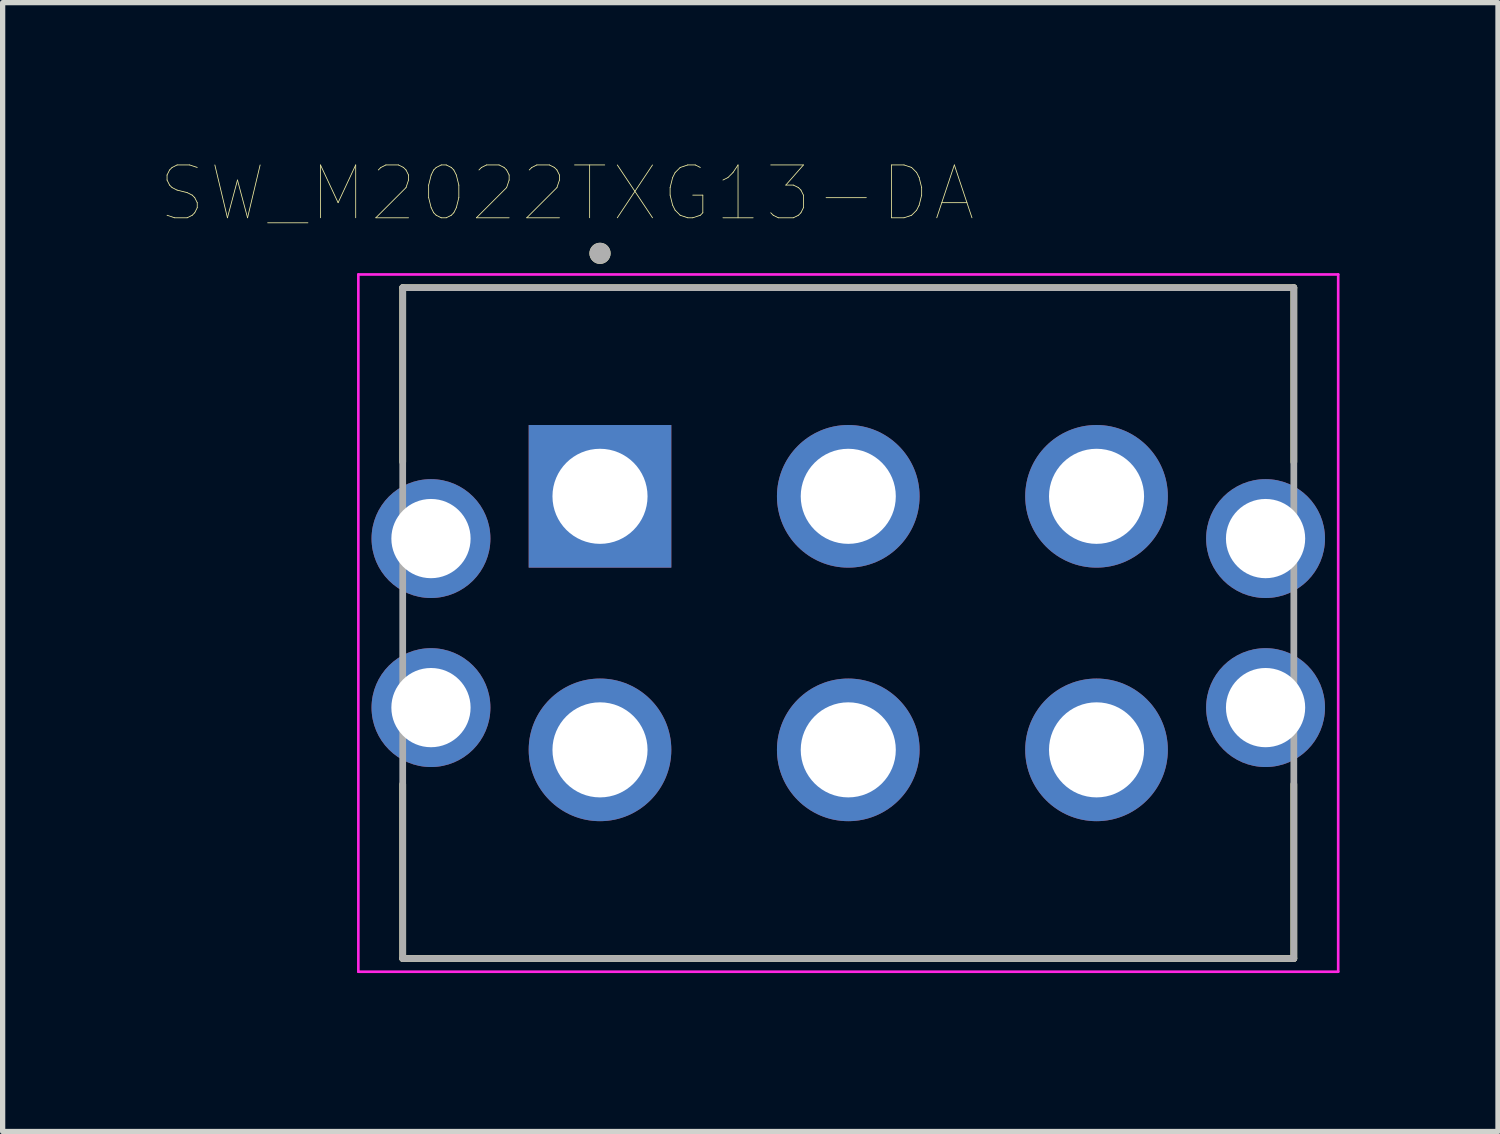
<source format=kicad_pcb>
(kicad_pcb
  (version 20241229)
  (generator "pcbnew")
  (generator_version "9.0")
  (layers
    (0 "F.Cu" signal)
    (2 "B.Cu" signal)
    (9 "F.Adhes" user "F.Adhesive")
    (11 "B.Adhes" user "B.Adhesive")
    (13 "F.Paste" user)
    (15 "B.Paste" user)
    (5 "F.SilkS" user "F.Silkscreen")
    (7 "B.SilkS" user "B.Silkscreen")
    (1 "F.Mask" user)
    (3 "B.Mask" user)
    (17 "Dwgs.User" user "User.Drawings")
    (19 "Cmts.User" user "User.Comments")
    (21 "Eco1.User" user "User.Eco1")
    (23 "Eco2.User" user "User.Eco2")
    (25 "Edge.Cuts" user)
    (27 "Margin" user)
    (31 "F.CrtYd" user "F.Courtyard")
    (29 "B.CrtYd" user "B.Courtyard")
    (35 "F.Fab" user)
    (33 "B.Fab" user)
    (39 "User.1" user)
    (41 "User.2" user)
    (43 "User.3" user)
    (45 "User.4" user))
  (footprint "SW_M2022TXG13-DA"
    (layer "F.Cu")
    (at 13.009 8.746)
    (property "Reference" "SW_M2022TXG13-DA" (at -5.325 -8.135 0) (layer "F.SilkS") (effects (font (size 1 1) (thickness 0.015))))
    (attr through_hole)
    (fp_line (start -8.435 -6.35) (end 8.435 -6.35) (stroke (width 0.127) (type solid)) (layer "F.SilkS"))
    (fp_line (start -8.435 -3.05) (end -8.435 -6.35) (stroke (width 0.127) (type solid)) (layer "F.SilkS"))
    (fp_line (start -8.435 6.35) (end -8.435 3.05) (stroke (width 0.127) (type solid)) (layer "F.SilkS"))
    (fp_line (start 8.435 -6.35) (end 8.435 -3.05) (stroke (width 0.127) (type solid)) (layer "F.SilkS"))
    (fp_line (start 8.435 3.05) (end 8.435 6.35) (stroke (width 0.127) (type solid)) (layer "F.SilkS"))
    (fp_line (start 8.435 6.35) (end -8.435 6.35) (stroke (width 0.127) (type solid)) (layer "F.SilkS"))
    (fp_circle (center -4.7 -7) (end -4.6 -7) (stroke (width 0.2) (type solid)) (fill no) (layer "F.SilkS"))
    (fp_line (start -9.275 -6.6) (end 9.275 -6.6) (stroke (width 0.05) (type solid)) (layer "F.CrtYd"))
    (fp_line (start -9.275 6.6) (end -9.275 -6.6) (stroke (width 0.05) (type solid)) (layer "F.CrtYd"))
    (fp_line (start 9.275 -6.6) (end 9.275 6.6) (stroke (width 0.05) (type solid)) (layer "F.CrtYd"))
    (fp_line (start 9.275 6.6) (end -9.275 6.6) (stroke (width 0.05) (type solid)) (layer "F.CrtYd"))
    (fp_line (start -8.435 -6.35) (end 8.435 -6.35) (stroke (width 0.127) (type solid)) (layer "F.Fab"))
    (fp_line (start -8.435 6.35) (end -8.435 -6.35) (stroke (width 0.127) (type solid)) (layer "F.Fab"))
    (fp_line (start 8.435 -6.35) (end 8.435 6.35) (stroke (width 0.127) (type solid)) (layer "F.Fab"))
    (fp_line (start 8.435 6.35) (end -8.435 6.35) (stroke (width 0.127) (type solid)) (layer "F.Fab"))
    (fp_circle (center -4.7 -7) (end -4.6 -7) (stroke (width 0.2) (type solid)) (fill no) (layer "F.Fab"))
    (pad "1" thru_hole rect (at -4.7 -2.4) (size 2.7 2.7) (drill 1.8) (layers "*.Cu" "*.Mask"))
    (pad "2" thru_hole circle (at 0 -2.4) (size 2.7 2.7) (drill 1.8) (layers "*.Cu" "*.Mask"))
    (pad "3" thru_hole circle (at 4.7 -2.4) (size 2.7 2.7) (drill 1.8) (layers "*.Cu" "*.Mask"))
    (pad "4" thru_hole circle (at -4.7 2.4) (size 2.7 2.7) (drill 1.8) (layers "*.Cu" "*.Mask"))
    (pad "5" thru_hole circle (at 0 2.4) (size 2.7 2.7) (drill 1.8) (layers "*.Cu" "*.Mask"))
    (pad "6" thru_hole circle (at 4.7 2.4) (size 2.7 2.7) (drill 1.8) (layers "*.Cu" "*.Mask"))
    (pad "S1" thru_hole circle (at -7.9 -1.6) (size 2.25 2.25) (drill 1.5) (layers "*.Cu" "*.Mask"))
    (pad "S2" thru_hole circle (at -7.9 1.6) (size 2.25 2.25) (drill 1.5) (layers "*.Cu" "*.Mask"))
    (pad "S3" thru_hole circle (at 7.9 1.6) (size 2.25 2.25) (drill 1.5) (layers "*.Cu" "*.Mask"))
    (pad "S4" thru_hole circle (at 7.9 -1.6) (size 2.25 2.25) (drill 1.5) (layers "*.Cu" "*.Mask")))
  (gr_rect
    (start -3 -3)
    (end 25.309 18.371)
    (stroke (width 0.1) (type default))
    (fill no)
    (layer "Edge.Cuts")))
</source>
